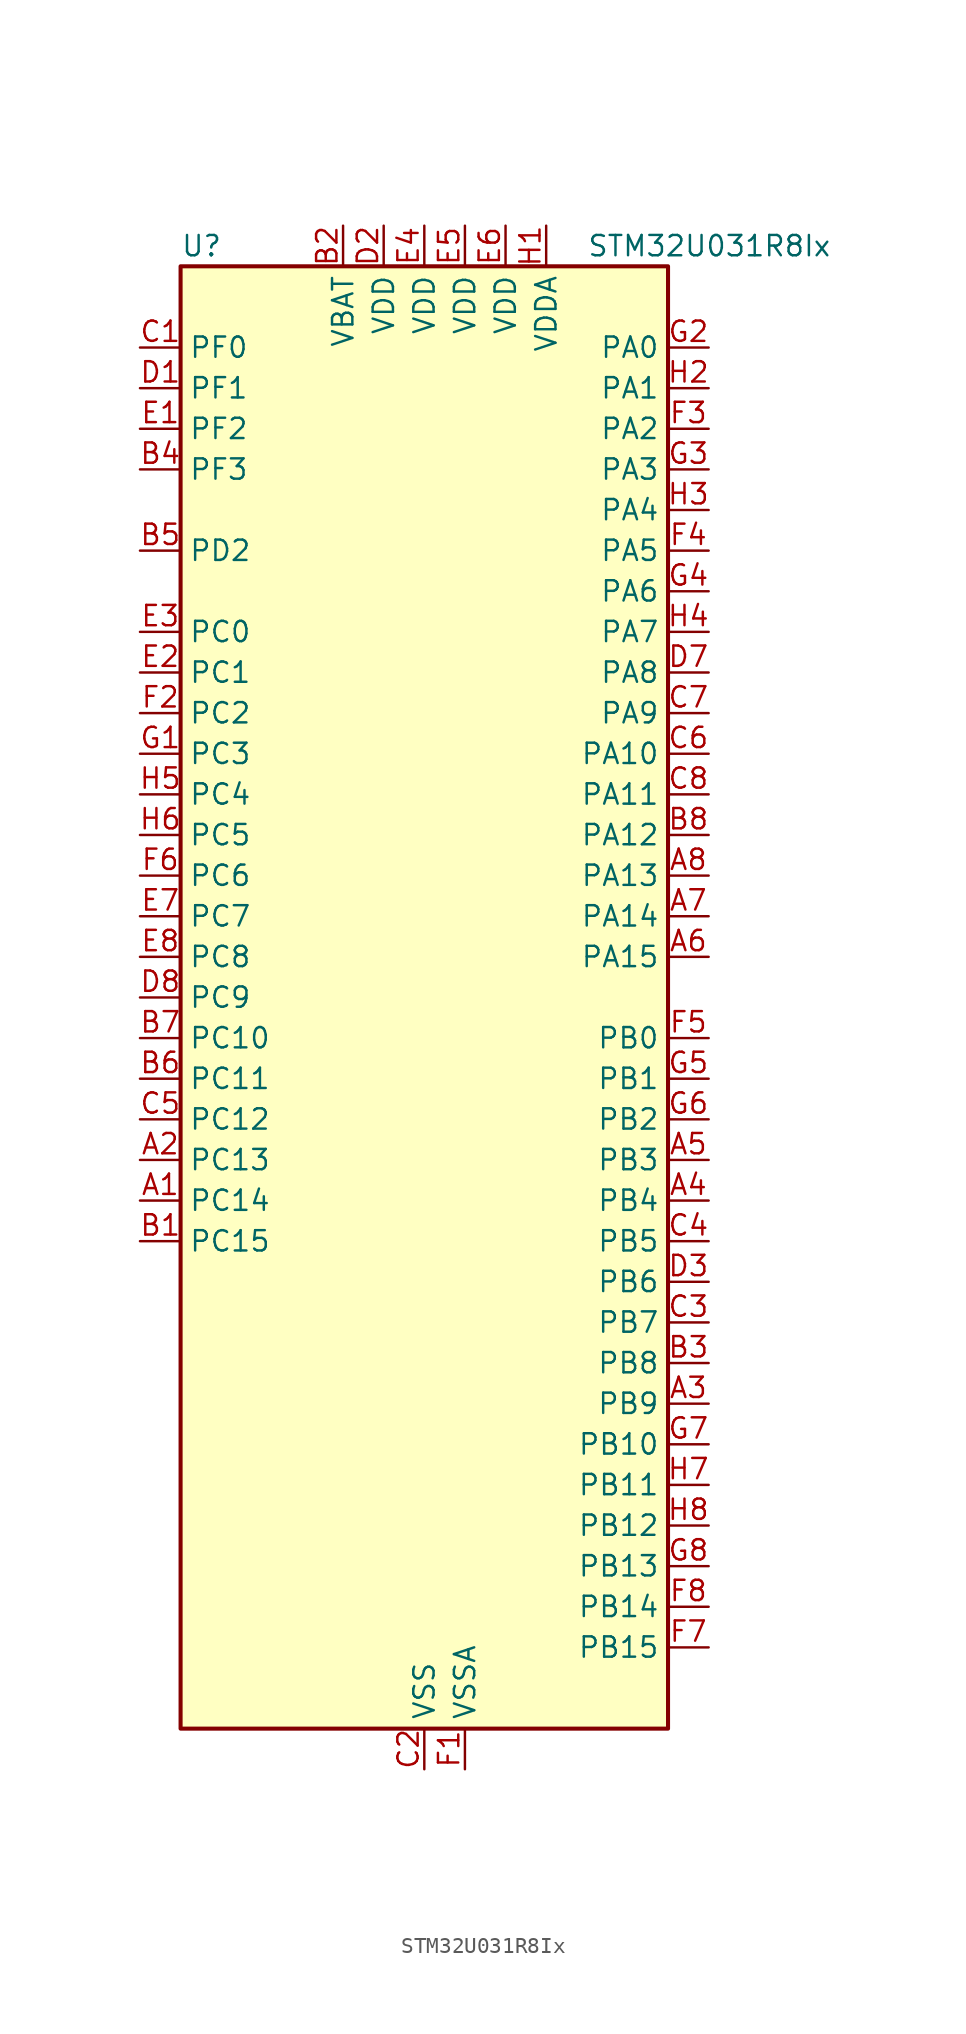
<source format=kicad_sym>
(kicad_symbol_lib
  (version 20241209)
  (generator "kicad_symbol_editor")
  (generator_version "9.0")
  (symbol "STM32U031R8Ix"
    (property "Reference" "U"
      (at -15.24 46.99 0)
      (effects (font (size 1.27 1.27)) (justify left)))
    (property "Value" "STM32U031R8Ix"
      (at 10.16 46.99 0)
      (effects (font (size 1.27 1.27)) (justify left)))
    (symbol "STM32U031R8Ix_0_1"
      (rectangle (start -15.24 -45.72) (end 15.24 45.72) (stroke (width 0.254) (type default)) (fill (type background))))
    (symbol "STM32U031R8Ix_1_1"
      (pin bidirectional line (at -17.78 40.64 0) (length 2.54) (name "PF0" (effects (font (size 1.27 1.27)))) (number "C1" (effects (font (size 1.27 1.27)))) (alternate "RCC_OSC_IN" bidirectional line))
      (pin bidirectional line (at -17.78 38.1 0) (length 2.54) (name "PF1" (effects (font (size 1.27 1.27)))) (number "D1" (effects (font (size 1.27 1.27)))) (alternate "RCC_OSC_EN" bidirectional line) (alternate "RCC_OSC_OUT" bidirectional line))
      (pin bidirectional line (at -17.78 35.56 0) (length 2.54) (name "PF2" (effects (font (size 1.27 1.27)))) (number "E1" (effects (font (size 1.27 1.27)))) (alternate "RCC_MCO" bidirectional line))
      (pin bidirectional line (at -17.78 33.02 0) (length 2.54) (name "PF3" (effects (font (size 1.27 1.27)))) (number "B4" (effects (font (size 1.27 1.27)))))
      (pin bidirectional line (at -17.78 27.94 0) (length 2.54) (name "PD2" (effects (font (size 1.27 1.27)))) (number "B5" (effects (font (size 1.27 1.27)))) (alternate "TIM3_ETR" bidirectional line) (alternate "TSC_SYNC" bidirectional line) (alternate "USART3_DE" bidirectional line) (alternate "USART3_RTS" bidirectional line))
      (pin bidirectional line (at -17.78 22.86 0) (length 2.54) (name "PC0" (effects (font (size 1.27 1.27)))) (number "E3" (effects (font (size 1.27 1.27)))) (alternate "ADC1_IN0" bidirectional line) (alternate "I2C3_SCL" bidirectional line) (alternate "LPTIM1_IN1" bidirectional line) (alternate "LPTIM2_IN1" bidirectional line) (alternate "LPUART1_RX" bidirectional line) (alternate "LPUART2_TX" bidirectional line))
      (pin bidirectional line (at -17.78 20.32 0) (length 2.54) (name "PC1" (effects (font (size 1.27 1.27)))) (number "E2" (effects (font (size 1.27 1.27)))) (alternate "ADC1_IN1" bidirectional line) (alternate "I2C3_SDA" bidirectional line) (alternate "LPTIM1_CH1" bidirectional line) (alternate "LPUART1_TX" bidirectional line) (alternate "LPUART2_RX" bidirectional line))
      (pin bidirectional line (at -17.78 17.78 0) (length 2.54) (name "PC2" (effects (font (size 1.27 1.27)))) (number "F2" (effects (font (size 1.27 1.27)))) (alternate "ADC1_IN2" bidirectional line) (alternate "LPTIM1_IN2" bidirectional line) (alternate "RCC_MCO2" bidirectional line) (alternate "SPI2_MISO" bidirectional line))
      (pin bidirectional line (at -17.78 15.24 0) (length 2.54) (name "PC3" (effects (font (size 1.27 1.27)))) (number "G1" (effects (font (size 1.27 1.27)))) (alternate "ADC1_IN3" bidirectional line) (alternate "LPTIM1_ETR" bidirectional line) (alternate "LPTIM2_ETR" bidirectional line) (alternate "SPI2_MOSI" bidirectional line) (alternate "USART4_CK" bidirectional line))
      (pin bidirectional line (at -17.78 12.7 0) (length 2.54) (name "PC4" (effects (font (size 1.27 1.27)))) (number "H5" (effects (font (size 1.27 1.27)))) (alternate "ADC1_IN15" bidirectional line) (alternate "COMP1_INM" bidirectional line) (alternate "USART3_TX" bidirectional line))
      (pin bidirectional line (at -17.78 10.16 0) (length 2.54) (name "PC5" (effects (font (size 1.27 1.27)))) (number "H6" (effects (font (size 1.27 1.27)))) (alternate "ADC1_IN16" bidirectional line) (alternate "COMP1_INP" bidirectional line) (alternate "PWR_WKUP5" bidirectional line) (alternate "TAMP_IN4" bidirectional line) (alternate "USART3_RX" bidirectional line))
      (pin bidirectional line (at -17.78 7.62 0) (length 2.54) (name "PC6" (effects (font (size 1.27 1.27)))) (number "F6" (effects (font (size 1.27 1.27)))) (alternate "COMP1_INP" bidirectional line) (alternate "LPUART2_TX" bidirectional line) (alternate "TIM3_CH1" bidirectional line) (alternate "TSC_G4_IO1" bidirectional line))
      (pin bidirectional line (at -17.78 5.08 0) (length 2.54) (name "PC7" (effects (font (size 1.27 1.27)))) (number "E7" (effects (font (size 1.27 1.27)))) (alternate "LPTIM2_CH2" bidirectional line) (alternate "LPUART2_RX" bidirectional line) (alternate "TIM3_CH2" bidirectional line) (alternate "TSC_G4_IO2" bidirectional line))
      (pin bidirectional line (at -17.78 2.54 0) (length 2.54) (name "PC8" (effects (font (size 1.27 1.27)))) (number "E8" (effects (font (size 1.27 1.27)))) (alternate "TIM3_CH3" bidirectional line) (alternate "TSC_G4_IO3" bidirectional line))
      (pin bidirectional line (at -17.78 0 0) (length 2.54) (name "PC9" (effects (font (size 1.27 1.27)))) (number "D8" (effects (font (size 1.27 1.27)))) (alternate "DAC1_EXTI9" bidirectional line) (alternate "TIM3_CH4" bidirectional line) (alternate "TSC_G4_IO4" bidirectional line))
      (pin bidirectional line (at -17.78 -2.54 0) (length 2.54) (name "PC10" (effects (font (size 1.27 1.27)))) (number "B7" (effects (font (size 1.27 1.27)))) (alternate "TSC_G3_IO2" bidirectional line) (alternate "USART3_TX" bidirectional line) (alternate "USART4_TX" bidirectional line))
      (pin bidirectional line (at -17.78 -5.08 0) (length 2.54) (name "PC11" (effects (font (size 1.27 1.27)))) (number "B6" (effects (font (size 1.27 1.27)))) (alternate "ADC1_EXTI11" bidirectional line) (alternate "TSC_G3_IO3" bidirectional line) (alternate "USART3_RX" bidirectional line) (alternate "USART4_RX" bidirectional line))
      (pin bidirectional line (at -17.78 -7.62 0) (length 2.54) (name "PC12" (effects (font (size 1.27 1.27)))) (number "C5" (effects (font (size 1.27 1.27)))) (alternate "USART3_CK" bidirectional line) (alternate "USART4_CK" bidirectional line))
      (pin bidirectional line (at -17.78 -10.16 0) (length 2.54) (name "PC13" (effects (font (size 1.27 1.27)))) (number "A2" (effects (font (size 1.27 1.27)))) (alternate "LPTIM1_CH3" bidirectional line) (alternate "PWR_WKUP2" bidirectional line) (alternate "RTC_OUT1" bidirectional line) (alternate "RTC_TS" bidirectional line) (alternate "TAMP_IN1" bidirectional line))
      (pin bidirectional line (at -17.78 -12.7 0) (length 2.54) (name "PC14" (effects (font (size 1.27 1.27)))) (number "A1" (effects (font (size 1.27 1.27)))) (alternate "RCC_OSC32_IN" bidirectional line))
      (pin bidirectional line (at -17.78 -15.24 0) (length 2.54) (name "PC15" (effects (font (size 1.27 1.27)))) (number "B1" (effects (font (size 1.27 1.27)))) (alternate "RCC_OSC32_EN" bidirectional line) (alternate "RCC_OSC32_OUT" bidirectional line) (alternate "RCC_OSC_EN" bidirectional line))
      (pin power_in line (at -5.08 48.26 270) (length 2.54) (name "VBAT" (effects (font (size 1.27 1.27)))) (number "B2" (effects (font (size 1.27 1.27)))))
      (pin power_in line (at -2.54 48.26 270) (length 2.54) (name "VDD" (effects (font (size 1.27 1.27)))) (number "D2" (effects (font (size 1.27 1.27)))))
      (pin power_in line (at 0 48.26 270) (length 2.54) (name "VDD" (effects (font (size 1.27 1.27)))) (number "E4" (effects (font (size 1.27 1.27)))))
      (pin power_in line (at 0 -48.26 90) (length 2.54) (name "VSS" (effects (font (size 1.27 1.27)))) (number "C2" (effects (font (size 1.27 1.27)))))
      (pin passive line (at 0 -48.26 90) (length 2.54) (hide yes) (name "VSS" (effects (font (size 1.27 1.27)))) (number "D4" (effects (font (size 1.27 1.27)))))
      (pin passive line (at 0 -48.26 90) (length 2.54) (hide yes) (name "VSS" (effects (font (size 1.27 1.27)))) (number "D5" (effects (font (size 1.27 1.27)))))
      (pin passive line (at 0 -48.26 90) (length 2.54) (hide yes) (name "VSS" (effects (font (size 1.27 1.27)))) (number "D6" (effects (font (size 1.27 1.27)))))
      (pin power_in line (at 2.54 48.26 270) (length 2.54) (name "VDD" (effects (font (size 1.27 1.27)))) (number "E5" (effects (font (size 1.27 1.27)))))
      (pin power_in line (at 2.54 -48.26 90) (length 2.54) (name "VSSA" (effects (font (size 1.27 1.27)))) (number "F1" (effects (font (size 1.27 1.27)))))
      (pin power_in line (at 5.08 48.26 270) (length 2.54) (name "VDD" (effects (font (size 1.27 1.27)))) (number "E6" (effects (font (size 1.27 1.27)))))
      (pin power_in line (at 7.62 48.26 270) (length 2.54) (name "VDDA" (effects (font (size 1.27 1.27)))) (number "H1" (effects (font (size 1.27 1.27)))))
      (pin bidirectional line (at 17.78 40.64 180) (length 2.54) (name "PA0" (effects (font (size 1.27 1.27)))) (number "G2" (effects (font (size 1.27 1.27)))) (alternate "ADC1_IN4" bidirectional line) (alternate "COMP1_INM" bidirectional line) (alternate "COMP1_OUT" bidirectional line) (alternate "OPAMP1_VINP" bidirectional line) (alternate "PWR_WKUP1" bidirectional line) (alternate "TAMP_IN2" bidirectional line) (alternate "TIM2_CH1" bidirectional line) (alternate "TIM2_ETR" bidirectional line) (alternate "USART2_CTS" bidirectional line) (alternate "USART4_TX" bidirectional line))
      (pin bidirectional line (at 17.78 38.1 180) (length 2.54) (name "PA1" (effects (font (size 1.27 1.27)))) (number "H2" (effects (font (size 1.27 1.27)))) (alternate "ADC1_IN5" bidirectional line) (alternate "COMP1_INP" bidirectional line) (alternate "LPTIM1_CH2" bidirectional line) (alternate "OPAMP1_VINM" bidirectional line) (alternate "PWR_WKUP3" bidirectional line) (alternate "SPI1_SCK" bidirectional line) (alternate "SPI2_SCK" bidirectional line) (alternate "TAMP_IN5" bidirectional line) (alternate "TIM15_CH1N" bidirectional line) (alternate "TIM2_CH2" bidirectional line) (alternate "USART2_DE" bidirectional line) (alternate "USART2_RTS" bidirectional line) (alternate "USART4_RX" bidirectional line))
      (pin bidirectional line (at 17.78 35.56 180) (length 2.54) (name "PA2" (effects (font (size 1.27 1.27)))) (number "F3" (effects (font (size 1.27 1.27)))) (alternate "ADC1_IN6" bidirectional line) (alternate "LPUART1_TX" bidirectional line) (alternate "PWR_WKUP4" bidirectional line) (alternate "RCC_LSCO" bidirectional line) (alternate "TIM15_CH1" bidirectional line) (alternate "TIM2_CH3" bidirectional line) (alternate "USART2_TX" bidirectional line))
      (pin bidirectional line (at 17.78 33.02 180) (length 2.54) (name "PA3" (effects (font (size 1.27 1.27)))) (number "G3" (effects (font (size 1.27 1.27)))) (alternate "ADC1_IN7" bidirectional line) (alternate "LPUART1_RX" bidirectional line) (alternate "OPAMP1_VOUT" bidirectional line) (alternate "TIM15_CH2" bidirectional line) (alternate "TIM2_CH4" bidirectional line) (alternate "USART2_RX" bidirectional line))
      (pin bidirectional line (at 17.78 30.48 180) (length 2.54) (name "PA4" (effects (font (size 1.27 1.27)))) (number "H3" (effects (font (size 1.27 1.27)))) (alternate "ADC1_IN8" bidirectional line) (alternate "COMP1_INM" bidirectional line) (alternate "DAC1_OUT1" bidirectional line) (alternate "LPTIM2_CH1" bidirectional line) (alternate "SPI1_NSS" bidirectional line) (alternate "USART2_CK" bidirectional line))
      (pin bidirectional line (at 17.78 27.94 180) (length 2.54) (name "PA5" (effects (font (size 1.27 1.27)))) (number "F4" (effects (font (size 1.27 1.27)))) (alternate "ADC1_IN9" bidirectional line) (alternate "COMP1_INM" bidirectional line) (alternate "LPTIM2_ETR" bidirectional line) (alternate "SPI1_SCK" bidirectional line) (alternate "TIM2_CH1" bidirectional line) (alternate "TIM2_ETR" bidirectional line) (alternate "USART3_TX" bidirectional line))
      (pin bidirectional line (at 17.78 25.4 180) (length 2.54) (name "PA6" (effects (font (size 1.27 1.27)))) (number "G4" (effects (font (size 1.27 1.27)))) (alternate "ADC1_IN10" bidirectional line) (alternate "COMP1_OUT" bidirectional line) (alternate "I2C2_SDA" bidirectional line) (alternate "I2C3_SDA" bidirectional line) (alternate "LPUART1_CTS" bidirectional line) (alternate "SPI1_MISO" bidirectional line) (alternate "TIM16_CH1" bidirectional line) (alternate "TIM1_BKIN" bidirectional line) (alternate "TIM3_CH1" bidirectional line) (alternate "TSC_G5_IO1" bidirectional line) (alternate "USART3_CTS" bidirectional line))
      (pin bidirectional line (at 17.78 22.86 180) (length 2.54) (name "PA7" (effects (font (size 1.27 1.27)))) (number "H4" (effects (font (size 1.27 1.27)))) (alternate "ADC1_IN14" bidirectional line) (alternate "I2C2_SCL" bidirectional line) (alternate "I2C3_SCL" bidirectional line) (alternate "LPTIM2_CH2" bidirectional line) (alternate "SPI1_MOSI" bidirectional line) (alternate "TIM1_CH1N" bidirectional line) (alternate "TIM3_CH2" bidirectional line) (alternate "USART3_RX" bidirectional line))
      (pin bidirectional line (at 17.78 20.32 180) (length 2.54) (name "PA8" (effects (font (size 1.27 1.27)))) (number "D7" (effects (font (size 1.27 1.27)))) (alternate "LPTIM2_CH1" bidirectional line) (alternate "RCC_MCO" bidirectional line) (alternate "RCC_MCO2" bidirectional line) (alternate "TIM1_CH1" bidirectional line) (alternate "TSC_G7_IO1" bidirectional line) (alternate "USART1_CK" bidirectional line))
      (pin bidirectional line (at 17.78 17.78 180) (length 2.54) (name "PA9" (effects (font (size 1.27 1.27)))) (number "C7" (effects (font (size 1.27 1.27)))) (alternate "COMP1_INP" bidirectional line) (alternate "DAC1_EXTI9" bidirectional line) (alternate "I2C1_SCL" bidirectional line) (alternate "I2C2_SCL" bidirectional line) (alternate "RCC_MCO" bidirectional line) (alternate "TIM15_BKIN" bidirectional line) (alternate "TIM1_CH2" bidirectional line) (alternate "TSC_G7_IO2" bidirectional line) (alternate "USART1_TX" bidirectional line))
      (pin bidirectional line (at 17.78 15.24 180) (length 2.54) (name "PA10" (effects (font (size 1.27 1.27)))) (number "C6" (effects (font (size 1.27 1.27)))) (alternate "I2C1_SDA" bidirectional line) (alternate "I2C2_SDA" bidirectional line) (alternate "RCC_MCO2" bidirectional line) (alternate "SPI2_NSS" bidirectional line) (alternate "TIM1_CH3" bidirectional line) (alternate "TSC_G7_IO3" bidirectional line) (alternate "USART1_RX" bidirectional line))
      (pin bidirectional line (at 17.78 12.7 180) (length 2.54) (name "PA11" (effects (font (size 1.27 1.27)))) (number "C8" (effects (font (size 1.27 1.27)))) (alternate "ADC1_EXTI11" bidirectional line) (alternate "COMP1_OUT" bidirectional line) (alternate "SPI1_MISO" bidirectional line) (alternate "SPI2_MISO" bidirectional line) (alternate "TIM1_BKIN2" bidirectional line) (alternate "TIM1_CH4" bidirectional line) (alternate "USART1_CTS" bidirectional line))
      (pin bidirectional line (at 17.78 10.16 180) (length 2.54) (name "PA12" (effects (font (size 1.27 1.27)))) (number "B8" (effects (font (size 1.27 1.27)))) (alternate "SPI1_MOSI" bidirectional line) (alternate "SPI2_MOSI" bidirectional line) (alternate "TIM1_ETR" bidirectional line) (alternate "USART1_DE" bidirectional line) (alternate "USART1_RTS" bidirectional line))
      (pin bidirectional line (at 17.78 7.62 180) (length 2.54) (name "PA13" (effects (font (size 1.27 1.27)))) (number "A8" (effects (font (size 1.27 1.27)))) (alternate "DEBUG_JTMS-SWDIO" bidirectional line) (alternate "IR_OUT" bidirectional line) (alternate "TSC_G7_IO4" bidirectional line))
      (pin bidirectional line (at 17.78 5.08 180) (length 2.54) (name "PA14" (effects (font (size 1.27 1.27)))) (number "A7" (effects (font (size 1.27 1.27)))) (alternate "DEBUG_JTCK-SWCLK" bidirectional line) (alternate "LPTIM1_CH1" bidirectional line) (alternate "TSC_G3_IO4" bidirectional line))
      (pin bidirectional line (at 17.78 2.54 180) (length 2.54) (name "PA15" (effects (font (size 1.27 1.27)))) (number "A6" (effects (font (size 1.27 1.27)))) (alternate "DEBUG_JTDI" bidirectional line) (alternate "SPI1_NSS" bidirectional line) (alternate "TIM2_CH1" bidirectional line) (alternate "TIM2_ETR" bidirectional line) (alternate "TSC_G3_IO1" bidirectional line) (alternate "USART2_RX" bidirectional line) (alternate "USART3_DE" bidirectional line) (alternate "USART3_RTS" bidirectional line) (alternate "USART4_DE" bidirectional line) (alternate "USART4_RTS" bidirectional line))
      (pin bidirectional line (at 17.78 -2.54 180) (length 2.54) (name "PB0" (effects (font (size 1.27 1.27)))) (number "F5" (effects (font (size 1.27 1.27)))) (alternate "ADC1_IN17" bidirectional line) (alternate "COMP1_OUT" bidirectional line) (alternate "LPUART2_CTS" bidirectional line) (alternate "SPI1_NSS" bidirectional line) (alternate "TIM1_CH2N" bidirectional line) (alternate "TIM3_CH3" bidirectional line) (alternate "TSC_G5_IO2" bidirectional line) (alternate "USART3_CK" bidirectional line))
      (pin bidirectional line (at 17.78 -5.08 180) (length 2.54) (name "PB1" (effects (font (size 1.27 1.27)))) (number "G5" (effects (font (size 1.27 1.27)))) (alternate "ADC1_IN18" bidirectional line) (alternate "COMP1_INM" bidirectional line) (alternate "LPTIM2_IN1" bidirectional line) (alternate "LPUART1_DE" bidirectional line) (alternate "LPUART1_RTS" bidirectional line) (alternate "LPUART2_DE" bidirectional line) (alternate "LPUART2_RTS" bidirectional line) (alternate "TIM1_CH3N" bidirectional line) (alternate "TIM3_CH4" bidirectional line) (alternate "TSC_SYNC" bidirectional line) (alternate "USART3_DE" bidirectional line) (alternate "USART3_RTS" bidirectional line))
      (pin bidirectional line (at 17.78 -7.62 180) (length 2.54) (name "PB2" (effects (font (size 1.27 1.27)))) (number "G6" (effects (font (size 1.27 1.27)))) (alternate "COMP1_INP" bidirectional line) (alternate "LPTIM1_CH1" bidirectional line) (alternate "RTC_OUT2" bidirectional line))
      (pin bidirectional line (at 17.78 -10.16 180) (length 2.54) (name "PB3" (effects (font (size 1.27 1.27)))) (number "A5" (effects (font (size 1.27 1.27)))) (alternate "DEBUG_JTDO-SWO" bidirectional line) (alternate "I2C2_SCL" bidirectional line) (alternate "I2C3_SCL" bidirectional line) (alternate "LPTIM1_CH3" bidirectional line) (alternate "SPI1_SCK" bidirectional line) (alternate "TIM2_CH2" bidirectional line) (alternate "USART1_DE" bidirectional line) (alternate "USART1_RTS" bidirectional line))
      (pin bidirectional line (at 17.78 -12.7 180) (length 2.54) (name "PB4" (effects (font (size 1.27 1.27)))) (number "A4" (effects (font (size 1.27 1.27)))) (alternate "I2C2_SDA" bidirectional line) (alternate "I2C3_SDA" bidirectional line) (alternate "LPTIM1_CH4" bidirectional line) (alternate "SPI1_MISO" bidirectional line) (alternate "TIM3_CH1" bidirectional line) (alternate "TSC_G2_IO1" bidirectional line) (alternate "USART1_CTS" bidirectional line))
      (pin bidirectional line (at 17.78 -15.24 180) (length 2.54) (name "PB5" (effects (font (size 1.27 1.27)))) (number "C4" (effects (font (size 1.27 1.27)))) (alternate "LPTIM1_IN1" bidirectional line) (alternate "SPI1_MOSI" bidirectional line) (alternate "TIM16_BKIN" bidirectional line) (alternate "TIM3_CH2" bidirectional line) (alternate "TSC_G2_IO2" bidirectional line) (alternate "USART1_CK" bidirectional line))
      (pin bidirectional line (at 17.78 -17.78 180) (length 2.54) (name "PB6" (effects (font (size 1.27 1.27)))) (number "D3" (effects (font (size 1.27 1.27)))) (alternate "I2C1_SCL" bidirectional line) (alternate "I2C2_SCL" bidirectional line) (alternate "LPTIM1_ETR" bidirectional line) (alternate "LPUART2_TX" bidirectional line) (alternate "TIM16_CH1N" bidirectional line) (alternate "TSC_G2_IO3" bidirectional line) (alternate "USART1_TX" bidirectional line))
      (pin bidirectional line (at 17.78 -20.32 180) (length 2.54) (name "PB7" (effects (font (size 1.27 1.27)))) (number "C3" (effects (font (size 1.27 1.27)))) (alternate "I2C1_SDA" bidirectional line) (alternate "I2C2_SDA" bidirectional line) (alternate "LPTIM1_IN2" bidirectional line) (alternate "LPUART2_RX" bidirectional line) (alternate "TSC_G2_IO4" bidirectional line) (alternate "USART1_RX" bidirectional line) (alternate "USART4_CTS" bidirectional line))
      (pin bidirectional line (at 17.78 -22.86 180) (length 2.54) (name "PB8" (effects (font (size 1.27 1.27)))) (number "B3" (effects (font (size 1.27 1.27)))) (alternate "I2C1_SCL" bidirectional line) (alternate "I2C2_SCL" bidirectional line) (alternate "LPTIM1_IN2" bidirectional line) (alternate "TIM16_CH1" bidirectional line) (alternate "USART3_TX" bidirectional line))
      (pin bidirectional line (at 17.78 -25.4 180) (length 2.54) (name "PB9" (effects (font (size 1.27 1.27)))) (number "A3" (effects (font (size 1.27 1.27)))) (alternate "DAC1_EXTI9" bidirectional line) (alternate "I2C1_SDA" bidirectional line) (alternate "I2C2_SDA" bidirectional line) (alternate "IR_OUT" bidirectional line) (alternate "LPTIM1_CH4" bidirectional line) (alternate "SPI2_NSS" bidirectional line) (alternate "USART3_RX" bidirectional line))
      (pin bidirectional line (at 17.78 -27.94 180) (length 2.54) (name "PB10" (effects (font (size 1.27 1.27)))) (number "G7" (effects (font (size 1.27 1.27)))) (alternate "COMP1_OUT" bidirectional line) (alternate "I2C2_SCL" bidirectional line) (alternate "LPUART1_RX" bidirectional line) (alternate "LPUART2_RX" bidirectional line) (alternate "SPI2_SCK" bidirectional line) (alternate "TIM2_CH3" bidirectional line) (alternate "TSC_G5_IO3" bidirectional line) (alternate "USART3_TX" bidirectional line))
      (pin bidirectional line (at 17.78 -30.48 180) (length 2.54) (name "PB11" (effects (font (size 1.27 1.27)))) (number "H7" (effects (font (size 1.27 1.27)))) (alternate "ADC1_EXTI11" bidirectional line) (alternate "I2C2_SDA" bidirectional line) (alternate "LPUART1_TX" bidirectional line) (alternate "LPUART2_TX" bidirectional line) (alternate "TIM2_CH4" bidirectional line) (alternate "TSC_G5_IO4" bidirectional line) (alternate "USART3_RX" bidirectional line))
      (pin bidirectional line (at 17.78 -33.02 180) (length 2.54) (name "PB12" (effects (font (size 1.27 1.27)))) (number "H8" (effects (font (size 1.27 1.27)))) (alternate "LPUART1_DE" bidirectional line) (alternate "LPUART1_RTS" bidirectional line) (alternate "SPI2_NSS" bidirectional line) (alternate "TIM15_BKIN" bidirectional line) (alternate "TIM1_BKIN" bidirectional line) (alternate "TSC_G1_IO1" bidirectional line) (alternate "USART3_CK" bidirectional line))
      (pin bidirectional line (at 17.78 -35.56 180) (length 2.54) (name "PB13" (effects (font (size 1.27 1.27)))) (number "G8" (effects (font (size 1.27 1.27)))) (alternate "I2C2_SCL" bidirectional line) (alternate "LPUART1_CTS" bidirectional line) (alternate "SPI2_SCK" bidirectional line) (alternate "TIM15_CH1N" bidirectional line) (alternate "TIM1_CH1N" bidirectional line) (alternate "TSC_G1_IO2" bidirectional line) (alternate "USART3_CTS" bidirectional line))
      (pin bidirectional line (at 17.78 -38.1 180) (length 2.54) (name "PB14" (effects (font (size 1.27 1.27)))) (number "F8" (effects (font (size 1.27 1.27)))) (alternate "I2C2_SDA" bidirectional line) (alternate "SPI2_MISO" bidirectional line) (alternate "TIM15_CH1" bidirectional line) (alternate "TIM1_CH2N" bidirectional line) (alternate "TSC_G1_IO3" bidirectional line) (alternate "USART3_DE" bidirectional line) (alternate "USART3_RTS" bidirectional line))
      (pin bidirectional line (at 17.78 -40.64 180) (length 2.54) (name "PB15" (effects (font (size 1.27 1.27)))) (number "F7" (effects (font (size 1.27 1.27)))) (alternate "PWR_WKUP7" bidirectional line) (alternate "RTC_REFIN" bidirectional line) (alternate "SPI2_MOSI" bidirectional line) (alternate "TAMP_IN3" bidirectional line) (alternate "TIM15_CH2" bidirectional line) (alternate "TIM1_CH3N" bidirectional line) (alternate "TSC_G1_IO4" bidirectional line)))))
</source>
